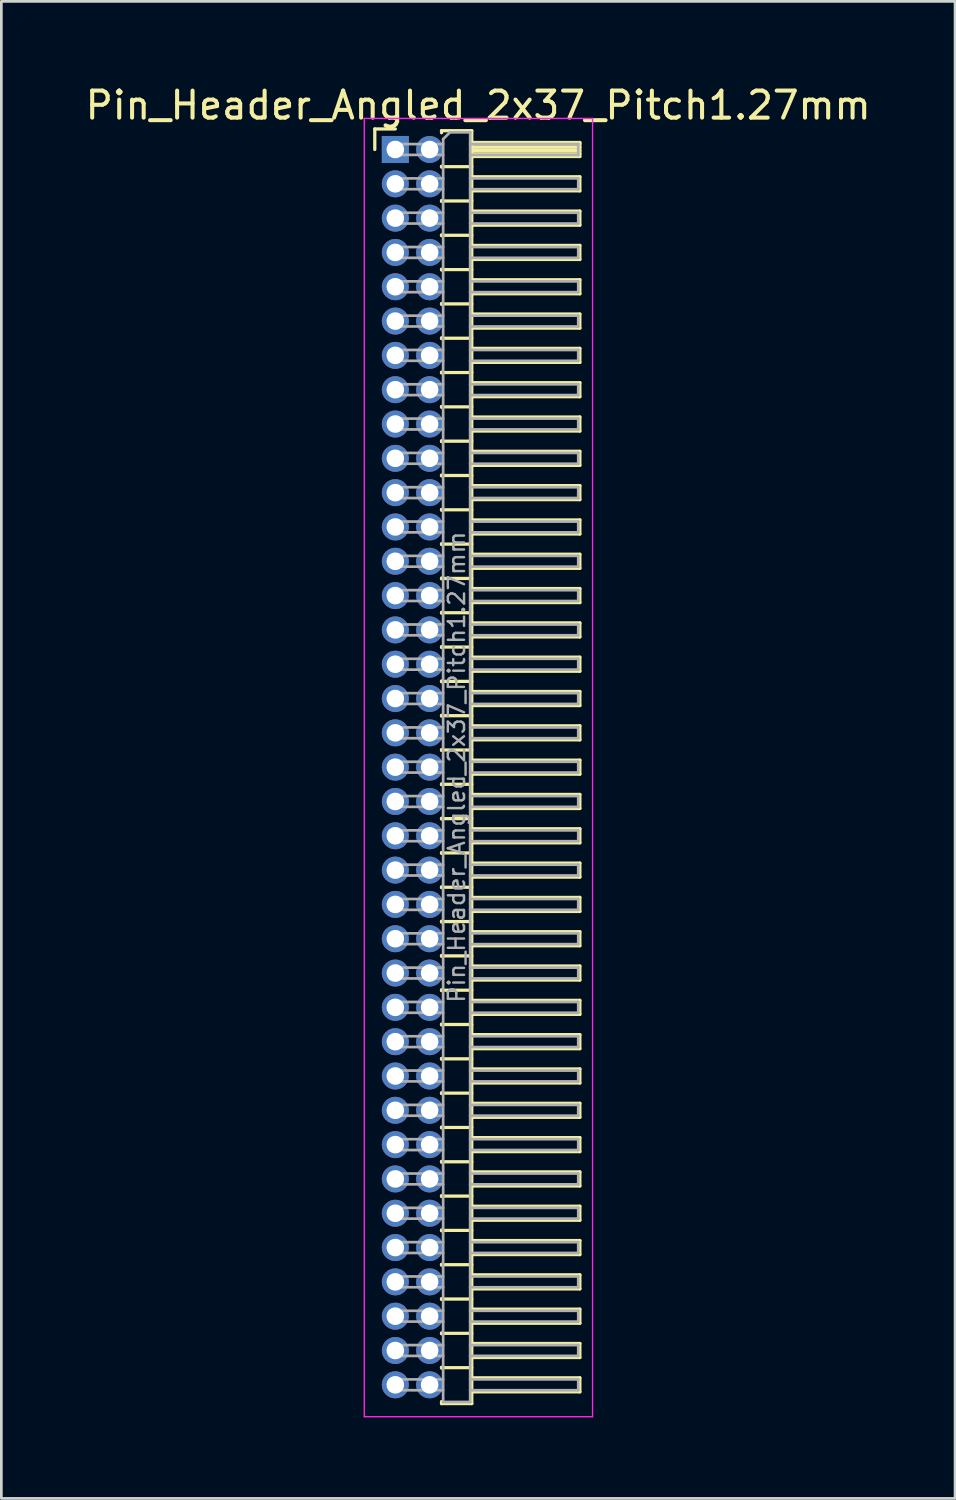
<source format=kicad_pcb>
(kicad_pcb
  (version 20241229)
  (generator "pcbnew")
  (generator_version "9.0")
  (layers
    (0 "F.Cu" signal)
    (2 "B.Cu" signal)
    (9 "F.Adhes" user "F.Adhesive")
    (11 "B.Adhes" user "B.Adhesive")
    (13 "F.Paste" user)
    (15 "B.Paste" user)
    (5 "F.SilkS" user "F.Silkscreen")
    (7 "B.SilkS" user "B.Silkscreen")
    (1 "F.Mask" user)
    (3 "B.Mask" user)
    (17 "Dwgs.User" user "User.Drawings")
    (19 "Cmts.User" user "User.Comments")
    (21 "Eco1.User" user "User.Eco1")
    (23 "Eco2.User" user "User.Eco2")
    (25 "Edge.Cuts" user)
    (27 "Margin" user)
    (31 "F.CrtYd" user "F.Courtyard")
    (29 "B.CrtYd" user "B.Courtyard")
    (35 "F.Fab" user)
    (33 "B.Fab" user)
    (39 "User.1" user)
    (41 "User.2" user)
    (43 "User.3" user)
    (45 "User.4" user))
  (footprint "Pin_Header_Angled_2x37_Pitch1.27mm"
    (layer "F.Cu")
    (at 11.581 2.483)
    (property "Reference" "Pin_Header_Angled_2x37_Pitch1.27mm" (at 3.067 -1.635 0) (layer "F.SilkS") (effects (font (size 1 1) (thickness 0.15))))
    (attr through_hole)
    (fp_line (start -0.76 -0.76) (end 0 -0.76) (stroke (width 0.12) (type solid)) (layer "F.SilkS"))
    (fp_line (start -0.76 0) (end -0.76 -0.76) (stroke (width 0.12) (type solid)) (layer "F.SilkS"))
    (fp_line (start 1.71 -0.695) (end 2.83 -0.695) (stroke (width 0.12) (type solid)) (layer "F.SilkS"))
    (fp_line (start 1.71 -0.62) (end 1.71 -0.695) (stroke (width 0.12) (type solid)) (layer "F.SilkS"))
    (fp_line (start 1.71 0.62) (end 1.71 0.65) (stroke (width 0.12) (type solid)) (layer "F.SilkS"))
    (fp_line (start 1.71 0.635) (end 2.83 0.635) (stroke (width 0.12) (type solid)) (layer "F.SilkS"))
    (fp_line (start 1.71 1.89) (end 1.71 1.92) (stroke (width 0.12) (type solid)) (layer "F.SilkS"))
    (fp_line (start 1.71 1.905) (end 2.83 1.905) (stroke (width 0.12) (type solid)) (layer "F.SilkS"))
    (fp_line (start 1.71 3.16) (end 1.71 3.19) (stroke (width 0.12) (type solid)) (layer "F.SilkS"))
    (fp_line (start 1.71 3.175) (end 2.83 3.175) (stroke (width 0.12) (type solid)) (layer "F.SilkS"))
    (fp_line (start 1.71 4.43) (end 1.71 4.46) (stroke (width 0.12) (type solid)) (layer "F.SilkS"))
    (fp_line (start 1.71 4.445) (end 2.83 4.445) (stroke (width 0.12) (type solid)) (layer "F.SilkS"))
    (fp_line (start 1.71 5.7) (end 1.71 5.73) (stroke (width 0.12) (type solid)) (layer "F.SilkS"))
    (fp_line (start 1.71 5.715) (end 2.83 5.715) (stroke (width 0.12) (type solid)) (layer "F.SilkS"))
    (fp_line (start 1.71 6.97) (end 1.71 7) (stroke (width 0.12) (type solid)) (layer "F.SilkS"))
    (fp_line (start 1.71 6.985) (end 2.83 6.985) (stroke (width 0.12) (type solid)) (layer "F.SilkS"))
    (fp_line (start 1.71 8.24) (end 1.71 8.27) (stroke (width 0.12) (type solid)) (layer "F.SilkS"))
    (fp_line (start 1.71 8.255) (end 2.83 8.255) (stroke (width 0.12) (type solid)) (layer "F.SilkS"))
    (fp_line (start 1.71 9.51) (end 1.71 9.54) (stroke (width 0.12) (type solid)) (layer "F.SilkS"))
    (fp_line (start 1.71 9.525) (end 2.83 9.525) (stroke (width 0.12) (type solid)) (layer "F.SilkS"))
    (fp_line (start 1.71 10.78) (end 1.71 10.81) (stroke (width 0.12) (type solid)) (layer "F.SilkS"))
    (fp_line (start 1.71 10.795) (end 2.83 10.795) (stroke (width 0.12) (type solid)) (layer "F.SilkS"))
    (fp_line (start 1.71 12.05) (end 1.71 12.08) (stroke (width 0.12) (type solid)) (layer "F.SilkS"))
    (fp_line (start 1.71 12.065) (end 2.83 12.065) (stroke (width 0.12) (type solid)) (layer "F.SilkS"))
    (fp_line (start 1.71 13.32) (end 1.71 13.35) (stroke (width 0.12) (type solid)) (layer "F.SilkS"))
    (fp_line (start 1.71 13.335) (end 2.83 13.335) (stroke (width 0.12) (type solid)) (layer "F.SilkS"))
    (fp_line (start 1.71 14.59) (end 1.71 14.62) (stroke (width 0.12) (type solid)) (layer "F.SilkS"))
    (fp_line (start 1.71 14.605) (end 2.83 14.605) (stroke (width 0.12) (type solid)) (layer "F.SilkS"))
    (fp_line (start 1.71 15.86) (end 1.71 15.89) (stroke (width 0.12) (type solid)) (layer "F.SilkS"))
    (fp_line (start 1.71 15.875) (end 2.83 15.875) (stroke (width 0.12) (type solid)) (layer "F.SilkS"))
    (fp_line (start 1.71 17.13) (end 1.71 17.16) (stroke (width 0.12) (type solid)) (layer "F.SilkS"))
    (fp_line (start 1.71 17.145) (end 2.83 17.145) (stroke (width 0.12) (type solid)) (layer "F.SilkS"))
    (fp_line (start 1.71 18.4) (end 1.71 18.43) (stroke (width 0.12) (type solid)) (layer "F.SilkS"))
    (fp_line (start 1.71 18.415) (end 2.83 18.415) (stroke (width 0.12) (type solid)) (layer "F.SilkS"))
    (fp_line (start 1.71 19.67) (end 1.71 19.7) (stroke (width 0.12) (type solid)) (layer "F.SilkS"))
    (fp_line (start 1.71 19.685) (end 2.83 19.685) (stroke (width 0.12) (type solid)) (layer "F.SilkS"))
    (fp_line (start 1.71 20.94) (end 1.71 20.97) (stroke (width 0.12) (type solid)) (layer "F.SilkS"))
    (fp_line (start 1.71 20.955) (end 2.83 20.955) (stroke (width 0.12) (type solid)) (layer "F.SilkS"))
    (fp_line (start 1.71 22.21) (end 1.71 22.24) (stroke (width 0.12) (type solid)) (layer "F.SilkS"))
    (fp_line (start 1.71 22.225) (end 2.83 22.225) (stroke (width 0.12) (type solid)) (layer "F.SilkS"))
    (fp_line (start 1.71 23.48) (end 1.71 23.51) (stroke (width 0.12) (type solid)) (layer "F.SilkS"))
    (fp_line (start 1.71 23.495) (end 2.83 23.495) (stroke (width 0.12) (type solid)) (layer "F.SilkS"))
    (fp_line (start 1.71 24.75) (end 1.71 24.78) (stroke (width 0.12) (type solid)) (layer "F.SilkS"))
    (fp_line (start 1.71 24.765) (end 2.83 24.765) (stroke (width 0.12) (type solid)) (layer "F.SilkS"))
    (fp_line (start 1.71 26.02) (end 1.71 26.05) (stroke (width 0.12) (type solid)) (layer "F.SilkS"))
    (fp_line (start 1.71 26.035) (end 2.83 26.035) (stroke (width 0.12) (type solid)) (layer "F.SilkS"))
    (fp_line (start 1.71 27.29) (end 1.71 27.32) (stroke (width 0.12) (type solid)) (layer "F.SilkS"))
    (fp_line (start 1.71 27.305) (end 2.83 27.305) (stroke (width 0.12) (type solid)) (layer "F.SilkS"))
    (fp_line (start 1.71 28.56) (end 1.71 28.59) (stroke (width 0.12) (type solid)) (layer "F.SilkS"))
    (fp_line (start 1.71 28.575) (end 2.83 28.575) (stroke (width 0.12) (type solid)) (layer "F.SilkS"))
    (fp_line (start 1.71 29.83) (end 1.71 29.86) (stroke (width 0.12) (type solid)) (layer "F.SilkS"))
    (fp_line (start 1.71 29.845) (end 2.83 29.845) (stroke (width 0.12) (type solid)) (layer "F.SilkS"))
    (fp_line (start 1.71 31.1) (end 1.71 31.13) (stroke (width 0.12) (type solid)) (layer "F.SilkS"))
    (fp_line (start 1.71 31.115) (end 2.83 31.115) (stroke (width 0.12) (type solid)) (layer "F.SilkS"))
    (fp_line (start 1.71 32.37) (end 1.71 32.4) (stroke (width 0.12) (type solid)) (layer "F.SilkS"))
    (fp_line (start 1.71 32.385) (end 2.83 32.385) (stroke (width 0.12) (type solid)) (layer "F.SilkS"))
    (fp_line (start 1.71 33.64) (end 1.71 33.67) (stroke (width 0.12) (type solid)) (layer "F.SilkS"))
    (fp_line (start 1.71 33.655) (end 2.83 33.655) (stroke (width 0.12) (type solid)) (layer "F.SilkS"))
    (fp_line (start 1.71 34.91) (end 1.71 34.94) (stroke (width 0.12) (type solid)) (layer "F.SilkS"))
    (fp_line (start 1.71 34.925) (end 2.83 34.925) (stroke (width 0.12) (type solid)) (layer "F.SilkS"))
    (fp_line (start 1.71 36.18) (end 1.71 36.21) (stroke (width 0.12) (type solid)) (layer "F.SilkS"))
    (fp_line (start 1.71 36.195) (end 2.83 36.195) (stroke (width 0.12) (type solid)) (layer "F.SilkS"))
    (fp_line (start 1.71 37.45) (end 1.71 37.48) (stroke (width 0.12) (type solid)) (layer "F.SilkS"))
    (fp_line (start 1.71 37.465) (end 2.83 37.465) (stroke (width 0.12) (type solid)) (layer "F.SilkS"))
    (fp_line (start 1.71 38.72) (end 1.71 38.75) (stroke (width 0.12) (type solid)) (layer "F.SilkS"))
    (fp_line (start 1.71 38.735) (end 2.83 38.735) (stroke (width 0.12) (type solid)) (layer "F.SilkS"))
    (fp_line (start 1.71 39.99) (end 1.71 40.02) (stroke (width 0.12) (type solid)) (layer "F.SilkS"))
    (fp_line (start 1.71 40.005) (end 2.83 40.005) (stroke (width 0.12) (type solid)) (layer "F.SilkS"))
    (fp_line (start 1.71 41.26) (end 1.71 41.29) (stroke (width 0.12) (type solid)) (layer "F.SilkS"))
    (fp_line (start 1.71 41.275) (end 2.83 41.275) (stroke (width 0.12) (type solid)) (layer "F.SilkS"))
    (fp_line (start 1.71 42.53) (end 1.71 42.56) (stroke (width 0.12) (type solid)) (layer "F.SilkS"))
    (fp_line (start 1.71 42.545) (end 2.83 42.545) (stroke (width 0.12) (type solid)) (layer "F.SilkS"))
    (fp_line (start 1.71 43.8) (end 1.71 43.83) (stroke (width 0.12) (type solid)) (layer "F.SilkS"))
    (fp_line (start 1.71 43.815) (end 2.83 43.815) (stroke (width 0.12) (type solid)) (layer "F.SilkS"))
    (fp_line (start 1.71 45.07) (end 1.71 45.1) (stroke (width 0.12) (type solid)) (layer "F.SilkS"))
    (fp_line (start 1.71 45.085) (end 2.83 45.085) (stroke (width 0.12) (type solid)) (layer "F.SilkS"))
    (fp_line (start 1.71 46.415) (end 1.71 46.34) (stroke (width 0.12) (type solid)) (layer "F.SilkS"))
    (fp_line (start 2.83 -0.695) (end 2.83 46.415) (stroke (width 0.12) (type solid)) (layer "F.SilkS"))
    (fp_line (start 2.83 -0.26) (end 6.83 -0.26) (stroke (width 0.12) (type solid)) (layer "F.SilkS"))
    (fp_line (start 2.83 -0.2) (end 6.83 -0.2) (stroke (width 0.12) (type solid)) (layer "F.SilkS"))
    (fp_line (start 2.83 -0.08) (end 6.83 -0.08) (stroke (width 0.12) (type solid)) (layer "F.SilkS"))
    (fp_line (start 2.83 0.04) (end 6.83 0.04) (stroke (width 0.12) (type solid)) (layer "F.SilkS"))
    (fp_line (start 2.83 0.16) (end 6.83 0.16) (stroke (width 0.12) (type solid)) (layer "F.SilkS"))
    (fp_line (start 2.83 1.01) (end 6.83 1.01) (stroke (width 0.12) (type solid)) (layer "F.SilkS"))
    (fp_line (start 2.83 2.28) (end 6.83 2.28) (stroke (width 0.12) (type solid)) (layer "F.SilkS"))
    (fp_line (start 2.83 3.55) (end 6.83 3.55) (stroke (width 0.12) (type solid)) (layer "F.SilkS"))
    (fp_line (start 2.83 4.82) (end 6.83 4.82) (stroke (width 0.12) (type solid)) (layer "F.SilkS"))
    (fp_line (start 2.83 6.09) (end 6.83 6.09) (stroke (width 0.12) (type solid)) (layer "F.SilkS"))
    (fp_line (start 2.83 7.36) (end 6.83 7.36) (stroke (width 0.12) (type solid)) (layer "F.SilkS"))
    (fp_line (start 2.83 8.63) (end 6.83 8.63) (stroke (width 0.12) (type solid)) (layer "F.SilkS"))
    (fp_line (start 2.83 9.9) (end 6.83 9.9) (stroke (width 0.12) (type solid)) (layer "F.SilkS"))
    (fp_line (start 2.83 11.17) (end 6.83 11.17) (stroke (width 0.12) (type solid)) (layer "F.SilkS"))
    (fp_line (start 2.83 12.44) (end 6.83 12.44) (stroke (width 0.12) (type solid)) (layer "F.SilkS"))
    (fp_line (start 2.83 13.71) (end 6.83 13.71) (stroke (width 0.12) (type solid)) (layer "F.SilkS"))
    (fp_line (start 2.83 14.98) (end 6.83 14.98) (stroke (width 0.12) (type solid)) (layer "F.SilkS"))
    (fp_line (start 2.83 16.25) (end 6.83 16.25) (stroke (width 0.12) (type solid)) (layer "F.SilkS"))
    (fp_line (start 2.83 17.52) (end 6.83 17.52) (stroke (width 0.12) (type solid)) (layer "F.SilkS"))
    (fp_line (start 2.83 18.79) (end 6.83 18.79) (stroke (width 0.12) (type solid)) (layer "F.SilkS"))
    (fp_line (start 2.83 20.06) (end 6.83 20.06) (stroke (width 0.12) (type solid)) (layer "F.SilkS"))
    (fp_line (start 2.83 21.33) (end 6.83 21.33) (stroke (width 0.12) (type solid)) (layer "F.SilkS"))
    (fp_line (start 2.83 22.6) (end 6.83 22.6) (stroke (width 0.12) (type solid)) (layer "F.SilkS"))
    (fp_line (start 2.83 23.87) (end 6.83 23.87) (stroke (width 0.12) (type solid)) (layer "F.SilkS"))
    (fp_line (start 2.83 25.14) (end 6.83 25.14) (stroke (width 0.12) (type solid)) (layer "F.SilkS"))
    (fp_line (start 2.83 26.41) (end 6.83 26.41) (stroke (width 0.12) (type solid)) (layer "F.SilkS"))
    (fp_line (start 2.83 27.68) (end 6.83 27.68) (stroke (width 0.12) (type solid)) (layer "F.SilkS"))
    (fp_line (start 2.83 28.95) (end 6.83 28.95) (stroke (width 0.12) (type solid)) (layer "F.SilkS"))
    (fp_line (start 2.83 30.22) (end 6.83 30.22) (stroke (width 0.12) (type solid)) (layer "F.SilkS"))
    (fp_line (start 2.83 31.49) (end 6.83 31.49) (stroke (width 0.12) (type solid)) (layer "F.SilkS"))
    (fp_line (start 2.83 32.76) (end 6.83 32.76) (stroke (width 0.12) (type solid)) (layer "F.SilkS"))
    (fp_line (start 2.83 34.03) (end 6.83 34.03) (stroke (width 0.12) (type solid)) (layer "F.SilkS"))
    (fp_line (start 2.83 35.3) (end 6.83 35.3) (stroke (width 0.12) (type solid)) (layer "F.SilkS"))
    (fp_line (start 2.83 36.57) (end 6.83 36.57) (stroke (width 0.12) (type solid)) (layer "F.SilkS"))
    (fp_line (start 2.83 37.84) (end 6.83 37.84) (stroke (width 0.12) (type solid)) (layer "F.SilkS"))
    (fp_line (start 2.83 39.11) (end 6.83 39.11) (stroke (width 0.12) (type solid)) (layer "F.SilkS"))
    (fp_line (start 2.83 40.38) (end 6.83 40.38) (stroke (width 0.12) (type solid)) (layer "F.SilkS"))
    (fp_line (start 2.83 41.65) (end 6.83 41.65) (stroke (width 0.12) (type solid)) (layer "F.SilkS"))
    (fp_line (start 2.83 42.92) (end 6.83 42.92) (stroke (width 0.12) (type solid)) (layer "F.SilkS"))
    (fp_line (start 2.83 44.19) (end 6.83 44.19) (stroke (width 0.12) (type solid)) (layer "F.SilkS"))
    (fp_line (start 2.83 45.46) (end 6.83 45.46) (stroke (width 0.12) (type solid)) (layer "F.SilkS"))
    (fp_line (start 2.83 46.415) (end 1.71 46.415) (stroke (width 0.12) (type solid)) (layer "F.SilkS"))
    (fp_line (start 6.83 -0.26) (end 6.83 0.26) (stroke (width 0.12) (type solid)) (layer "F.SilkS"))
    (fp_line (start 6.83 0.26) (end 2.83 0.26) (stroke (width 0.12) (type solid)) (layer "F.SilkS"))
    (fp_line (start 6.83 1.01) (end 6.83 1.53) (stroke (width 0.12) (type solid)) (layer "F.SilkS"))
    (fp_line (start 6.83 1.53) (end 2.83 1.53) (stroke (width 0.12) (type solid)) (layer "F.SilkS"))
    (fp_line (start 6.83 2.28) (end 6.83 2.8) (stroke (width 0.12) (type solid)) (layer "F.SilkS"))
    (fp_line (start 6.83 2.8) (end 2.83 2.8) (stroke (width 0.12) (type solid)) (layer "F.SilkS"))
    (fp_line (start 6.83 3.55) (end 6.83 4.07) (stroke (width 0.12) (type solid)) (layer "F.SilkS"))
    (fp_line (start 6.83 4.07) (end 2.83 4.07) (stroke (width 0.12) (type solid)) (layer "F.SilkS"))
    (fp_line (start 6.83 4.82) (end 6.83 5.34) (stroke (width 0.12) (type solid)) (layer "F.SilkS"))
    (fp_line (start 6.83 5.34) (end 2.83 5.34) (stroke (width 0.12) (type solid)) (layer "F.SilkS"))
    (fp_line (start 6.83 6.09) (end 6.83 6.61) (stroke (width 0.12) (type solid)) (layer "F.SilkS"))
    (fp_line (start 6.83 6.61) (end 2.83 6.61) (stroke (width 0.12) (type solid)) (layer "F.SilkS"))
    (fp_line (start 6.83 7.36) (end 6.83 7.88) (stroke (width 0.12) (type solid)) (layer "F.SilkS"))
    (fp_line (start 6.83 7.88) (end 2.83 7.88) (stroke (width 0.12) (type solid)) (layer "F.SilkS"))
    (fp_line (start 6.83 8.63) (end 6.83 9.15) (stroke (width 0.12) (type solid)) (layer "F.SilkS"))
    (fp_line (start 6.83 9.15) (end 2.83 9.15) (stroke (width 0.12) (type solid)) (layer "F.SilkS"))
    (fp_line (start 6.83 9.9) (end 6.83 10.42) (stroke (width 0.12) (type solid)) (layer "F.SilkS"))
    (fp_line (start 6.83 10.42) (end 2.83 10.42) (stroke (width 0.12) (type solid)) (layer "F.SilkS"))
    (fp_line (start 6.83 11.17) (end 6.83 11.69) (stroke (width 0.12) (type solid)) (layer "F.SilkS"))
    (fp_line (start 6.83 11.69) (end 2.83 11.69) (stroke (width 0.12) (type solid)) (layer "F.SilkS"))
    (fp_line (start 6.83 12.44) (end 6.83 12.96) (stroke (width 0.12) (type solid)) (layer "F.SilkS"))
    (fp_line (start 6.83 12.96) (end 2.83 12.96) (stroke (width 0.12) (type solid)) (layer "F.SilkS"))
    (fp_line (start 6.83 13.71) (end 6.83 14.23) (stroke (width 0.12) (type solid)) (layer "F.SilkS"))
    (fp_line (start 6.83 14.23) (end 2.83 14.23) (stroke (width 0.12) (type solid)) (layer "F.SilkS"))
    (fp_line (start 6.83 14.98) (end 6.83 15.5) (stroke (width 0.12) (type solid)) (layer "F.SilkS"))
    (fp_line (start 6.83 15.5) (end 2.83 15.5) (stroke (width 0.12) (type solid)) (layer "F.SilkS"))
    (fp_line (start 6.83 16.25) (end 6.83 16.77) (stroke (width 0.12) (type solid)) (layer "F.SilkS"))
    (fp_line (start 6.83 16.77) (end 2.83 16.77) (stroke (width 0.12) (type solid)) (layer "F.SilkS"))
    (fp_line (start 6.83 17.52) (end 6.83 18.04) (stroke (width 0.12) (type solid)) (layer "F.SilkS"))
    (fp_line (start 6.83 18.04) (end 2.83 18.04) (stroke (width 0.12) (type solid)) (layer "F.SilkS"))
    (fp_line (start 6.83 18.79) (end 6.83 19.31) (stroke (width 0.12) (type solid)) (layer "F.SilkS"))
    (fp_line (start 6.83 19.31) (end 2.83 19.31) (stroke (width 0.12) (type solid)) (layer "F.SilkS"))
    (fp_line (start 6.83 20.06) (end 6.83 20.58) (stroke (width 0.12) (type solid)) (layer "F.SilkS"))
    (fp_line (start 6.83 20.58) (end 2.83 20.58) (stroke (width 0.12) (type solid)) (layer "F.SilkS"))
    (fp_line (start 6.83 21.33) (end 6.83 21.85) (stroke (width 0.12) (type solid)) (layer "F.SilkS"))
    (fp_line (start 6.83 21.85) (end 2.83 21.85) (stroke (width 0.12) (type solid)) (layer "F.SilkS"))
    (fp_line (start 6.83 22.6) (end 6.83 23.12) (stroke (width 0.12) (type solid)) (layer "F.SilkS"))
    (fp_line (start 6.83 23.12) (end 2.83 23.12) (stroke (width 0.12) (type solid)) (layer "F.SilkS"))
    (fp_line (start 6.83 23.87) (end 6.83 24.39) (stroke (width 0.12) (type solid)) (layer "F.SilkS"))
    (fp_line (start 6.83 24.39) (end 2.83 24.39) (stroke (width 0.12) (type solid)) (layer "F.SilkS"))
    (fp_line (start 6.83 25.14) (end 6.83 25.66) (stroke (width 0.12) (type solid)) (layer "F.SilkS"))
    (fp_line (start 6.83 25.66) (end 2.83 25.66) (stroke (width 0.12) (type solid)) (layer "F.SilkS"))
    (fp_line (start 6.83 26.41) (end 6.83 26.93) (stroke (width 0.12) (type solid)) (layer "F.SilkS"))
    (fp_line (start 6.83 26.93) (end 2.83 26.93) (stroke (width 0.12) (type solid)) (layer "F.SilkS"))
    (fp_line (start 6.83 27.68) (end 6.83 28.2) (stroke (width 0.12) (type solid)) (layer "F.SilkS"))
    (fp_line (start 6.83 28.2) (end 2.83 28.2) (stroke (width 0.12) (type solid)) (layer "F.SilkS"))
    (fp_line (start 6.83 28.95) (end 6.83 29.47) (stroke (width 0.12) (type solid)) (layer "F.SilkS"))
    (fp_line (start 6.83 29.47) (end 2.83 29.47) (stroke (width 0.12) (type solid)) (layer "F.SilkS"))
    (fp_line (start 6.83 30.22) (end 6.83 30.74) (stroke (width 0.12) (type solid)) (layer "F.SilkS"))
    (fp_line (start 6.83 30.74) (end 2.83 30.74) (stroke (width 0.12) (type solid)) (layer "F.SilkS"))
    (fp_line (start 6.83 31.49) (end 6.83 32.01) (stroke (width 0.12) (type solid)) (layer "F.SilkS"))
    (fp_line (start 6.83 32.01) (end 2.83 32.01) (stroke (width 0.12) (type solid)) (layer "F.SilkS"))
    (fp_line (start 6.83 32.76) (end 6.83 33.28) (stroke (width 0.12) (type solid)) (layer "F.SilkS"))
    (fp_line (start 6.83 33.28) (end 2.83 33.28) (stroke (width 0.12) (type solid)) (layer "F.SilkS"))
    (fp_line (start 6.83 34.03) (end 6.83 34.55) (stroke (width 0.12) (type solid)) (layer "F.SilkS"))
    (fp_line (start 6.83 34.55) (end 2.83 34.55) (stroke (width 0.12) (type solid)) (layer "F.SilkS"))
    (fp_line (start 6.83 35.3) (end 6.83 35.82) (stroke (width 0.12) (type solid)) (layer "F.SilkS"))
    (fp_line (start 6.83 35.82) (end 2.83 35.82) (stroke (width 0.12) (type solid)) (layer "F.SilkS"))
    (fp_line (start 6.83 36.57) (end 6.83 37.09) (stroke (width 0.12) (type solid)) (layer "F.SilkS"))
    (fp_line (start 6.83 37.09) (end 2.83 37.09) (stroke (width 0.12) (type solid)) (layer "F.SilkS"))
    (fp_line (start 6.83 37.84) (end 6.83 38.36) (stroke (width 0.12) (type solid)) (layer "F.SilkS"))
    (fp_line (start 6.83 38.36) (end 2.83 38.36) (stroke (width 0.12) (type solid)) (layer "F.SilkS"))
    (fp_line (start 6.83 39.11) (end 6.83 39.63) (stroke (width 0.12) (type solid)) (layer "F.SilkS"))
    (fp_line (start 6.83 39.63) (end 2.83 39.63) (stroke (width 0.12) (type solid)) (layer "F.SilkS"))
    (fp_line (start 6.83 40.38) (end 6.83 40.9) (stroke (width 0.12) (type solid)) (layer "F.SilkS"))
    (fp_line (start 6.83 40.9) (end 2.83 40.9) (stroke (width 0.12) (type solid)) (layer "F.SilkS"))
    (fp_line (start 6.83 41.65) (end 6.83 42.17) (stroke (width 0.12) (type solid)) (layer "F.SilkS"))
    (fp_line (start 6.83 42.17) (end 2.83 42.17) (stroke (width 0.12) (type solid)) (layer "F.SilkS"))
    (fp_line (start 6.83 42.92) (end 6.83 43.44) (stroke (width 0.12) (type solid)) (layer "F.SilkS"))
    (fp_line (start 6.83 43.44) (end 2.83 43.44) (stroke (width 0.12) (type solid)) (layer "F.SilkS"))
    (fp_line (start 6.83 44.19) (end 6.83 44.71) (stroke (width 0.12) (type solid)) (layer "F.SilkS"))
    (fp_line (start 6.83 44.71) (end 2.83 44.71) (stroke (width 0.12) (type solid)) (layer "F.SilkS"))
    (fp_line (start 6.83 45.46) (end 6.83 45.98) (stroke (width 0.12) (type solid)) (layer "F.SilkS"))
    (fp_line (start 6.83 45.98) (end 2.83 45.98) (stroke (width 0.12) (type solid)) (layer "F.SilkS"))
    (fp_line (start -1.15 -1.15) (end -1.15 46.9) (stroke (width 0.05) (type solid)) (layer "F.CrtYd"))
    (fp_line (start -1.15 46.9) (end 7.3 46.9) (stroke (width 0.05) (type solid)) (layer "F.CrtYd"))
    (fp_line (start 7.3 -1.15) (end -1.15 -1.15) (stroke (width 0.05) (type solid)) (layer "F.CrtYd"))
    (fp_line (start 7.3 46.9) (end 7.3 -1.15) (stroke (width 0.05) (type solid)) (layer "F.CrtYd"))
    (fp_line (start -0.2 -0.2) (end -0.2 0.2) (stroke (width 0.1) (type solid)) (layer "F.Fab"))
    (fp_line (start -0.2 -0.2) (end 1.77 -0.2) (stroke (width 0.1) (type solid)) (layer "F.Fab"))
    (fp_line (start -0.2 0.2) (end 1.77 0.2) (stroke (width 0.1) (type solid)) (layer "F.Fab"))
    (fp_line (start -0.2 1.07) (end -0.2 1.47) (stroke (width 0.1) (type solid)) (layer "F.Fab"))
    (fp_line (start -0.2 1.07) (end 1.77 1.07) (stroke (width 0.1) (type solid)) (layer "F.Fab"))
    (fp_line (start -0.2 1.47) (end 1.77 1.47) (stroke (width 0.1) (type solid)) (layer "F.Fab"))
    (fp_line (start -0.2 2.34) (end -0.2 2.74) (stroke (width 0.1) (type solid)) (layer "F.Fab"))
    (fp_line (start -0.2 2.34) (end 1.77 2.34) (stroke (width 0.1) (type solid)) (layer "F.Fab"))
    (fp_line (start -0.2 2.74) (end 1.77 2.74) (stroke (width 0.1) (type solid)) (layer "F.Fab"))
    (fp_line (start -0.2 3.61) (end -0.2 4.01) (stroke (width 0.1) (type solid)) (layer "F.Fab"))
    (fp_line (start -0.2 3.61) (end 1.77 3.61) (stroke (width 0.1) (type solid)) (layer "F.Fab"))
    (fp_line (start -0.2 4.01) (end 1.77 4.01) (stroke (width 0.1) (type solid)) (layer "F.Fab"))
    (fp_line (start -0.2 4.88) (end -0.2 5.28) (stroke (width 0.1) (type solid)) (layer "F.Fab"))
    (fp_line (start -0.2 4.88) (end 1.77 4.88) (stroke (width 0.1) (type solid)) (layer "F.Fab"))
    (fp_line (start -0.2 5.28) (end 1.77 5.28) (stroke (width 0.1) (type solid)) (layer "F.Fab"))
    (fp_line (start -0.2 6.15) (end -0.2 6.55) (stroke (width 0.1) (type solid)) (layer "F.Fab"))
    (fp_line (start -0.2 6.15) (end 1.77 6.15) (stroke (width 0.1) (type solid)) (layer "F.Fab"))
    (fp_line (start -0.2 6.55) (end 1.77 6.55) (stroke (width 0.1) (type solid)) (layer "F.Fab"))
    (fp_line (start -0.2 7.42) (end -0.2 7.82) (stroke (width 0.1) (type solid)) (layer "F.Fab"))
    (fp_line (start -0.2 7.42) (end 1.77 7.42) (stroke (width 0.1) (type solid)) (layer "F.Fab"))
    (fp_line (start -0.2 7.82) (end 1.77 7.82) (stroke (width 0.1) (type solid)) (layer "F.Fab"))
    (fp_line (start -0.2 8.69) (end -0.2 9.09) (stroke (width 0.1) (type solid)) (layer "F.Fab"))
    (fp_line (start -0.2 8.69) (end 1.77 8.69) (stroke (width 0.1) (type solid)) (layer "F.Fab"))
    (fp_line (start -0.2 9.09) (end 1.77 9.09) (stroke (width 0.1) (type solid)) (layer "F.Fab"))
    (fp_line (start -0.2 9.96) (end -0.2 10.36) (stroke (width 0.1) (type solid)) (layer "F.Fab"))
    (fp_line (start -0.2 9.96) (end 1.77 9.96) (stroke (width 0.1) (type solid)) (layer "F.Fab"))
    (fp_line (start -0.2 10.36) (end 1.77 10.36) (stroke (width 0.1) (type solid)) (layer "F.Fab"))
    (fp_line (start -0.2 11.23) (end -0.2 11.63) (stroke (width 0.1) (type solid)) (layer "F.Fab"))
    (fp_line (start -0.2 11.23) (end 1.77 11.23) (stroke (width 0.1) (type solid)) (layer "F.Fab"))
    (fp_line (start -0.2 11.63) (end 1.77 11.63) (stroke (width 0.1) (type solid)) (layer "F.Fab"))
    (fp_line (start -0.2 12.5) (end -0.2 12.9) (stroke (width 0.1) (type solid)) (layer "F.Fab"))
    (fp_line (start -0.2 12.5) (end 1.77 12.5) (stroke (width 0.1) (type solid)) (layer "F.Fab"))
    (fp_line (start -0.2 12.9) (end 1.77 12.9) (stroke (width 0.1) (type solid)) (layer "F.Fab"))
    (fp_line (start -0.2 13.77) (end -0.2 14.17) (stroke (width 0.1) (type solid)) (layer "F.Fab"))
    (fp_line (start -0.2 13.77) (end 1.77 13.77) (stroke (width 0.1) (type solid)) (layer "F.Fab"))
    (fp_line (start -0.2 14.17) (end 1.77 14.17) (stroke (width 0.1) (type solid)) (layer "F.Fab"))
    (fp_line (start -0.2 15.04) (end -0.2 15.44) (stroke (width 0.1) (type solid)) (layer "F.Fab"))
    (fp_line (start -0.2 15.04) (end 1.77 15.04) (stroke (width 0.1) (type solid)) (layer "F.Fab"))
    (fp_line (start -0.2 15.44) (end 1.77 15.44) (stroke (width 0.1) (type solid)) (layer "F.Fab"))
    (fp_line (start -0.2 16.31) (end -0.2 16.71) (stroke (width 0.1) (type solid)) (layer "F.Fab"))
    (fp_line (start -0.2 16.31) (end 1.77 16.31) (stroke (width 0.1) (type solid)) (layer "F.Fab"))
    (fp_line (start -0.2 16.71) (end 1.77 16.71) (stroke (width 0.1) (type solid)) (layer "F.Fab"))
    (fp_line (start -0.2 17.58) (end -0.2 17.98) (stroke (width 0.1) (type solid)) (layer "F.Fab"))
    (fp_line (start -0.2 17.58) (end 1.77 17.58) (stroke (width 0.1) (type solid)) (layer "F.Fab"))
    (fp_line (start -0.2 17.98) (end 1.77 17.98) (stroke (width 0.1) (type solid)) (layer "F.Fab"))
    (fp_line (start -0.2 18.85) (end -0.2 19.25) (stroke (width 0.1) (type solid)) (layer "F.Fab"))
    (fp_line (start -0.2 18.85) (end 1.77 18.85) (stroke (width 0.1) (type solid)) (layer "F.Fab"))
    (fp_line (start -0.2 19.25) (end 1.77 19.25) (stroke (width 0.1) (type solid)) (layer "F.Fab"))
    (fp_line (start -0.2 20.12) (end -0.2 20.52) (stroke (width 0.1) (type solid)) (layer "F.Fab"))
    (fp_line (start -0.2 20.12) (end 1.77 20.12) (stroke (width 0.1) (type solid)) (layer "F.Fab"))
    (fp_line (start -0.2 20.52) (end 1.77 20.52) (stroke (width 0.1) (type solid)) (layer "F.Fab"))
    (fp_line (start -0.2 21.39) (end -0.2 21.79) (stroke (width 0.1) (type solid)) (layer "F.Fab"))
    (fp_line (start -0.2 21.39) (end 1.77 21.39) (stroke (width 0.1) (type solid)) (layer "F.Fab"))
    (fp_line (start -0.2 21.79) (end 1.77 21.79) (stroke (width 0.1) (type solid)) (layer "F.Fab"))
    (fp_line (start -0.2 22.66) (end -0.2 23.06) (stroke (width 0.1) (type solid)) (layer "F.Fab"))
    (fp_line (start -0.2 22.66) (end 1.77 22.66) (stroke (width 0.1) (type solid)) (layer "F.Fab"))
    (fp_line (start -0.2 23.06) (end 1.77 23.06) (stroke (width 0.1) (type solid)) (layer "F.Fab"))
    (fp_line (start -0.2 23.93) (end -0.2 24.33) (stroke (width 0.1) (type solid)) (layer "F.Fab"))
    (fp_line (start -0.2 23.93) (end 1.77 23.93) (stroke (width 0.1) (type solid)) (layer "F.Fab"))
    (fp_line (start -0.2 24.33) (end 1.77 24.33) (stroke (width 0.1) (type solid)) (layer "F.Fab"))
    (fp_line (start -0.2 25.2) (end -0.2 25.6) (stroke (width 0.1) (type solid)) (layer "F.Fab"))
    (fp_line (start -0.2 25.2) (end 1.77 25.2) (stroke (width 0.1) (type solid)) (layer "F.Fab"))
    (fp_line (start -0.2 25.6) (end 1.77 25.6) (stroke (width 0.1) (type solid)) (layer "F.Fab"))
    (fp_line (start -0.2 26.47) (end -0.2 26.87) (stroke (width 0.1) (type solid)) (layer "F.Fab"))
    (fp_line (start -0.2 26.47) (end 1.77 26.47) (stroke (width 0.1) (type solid)) (layer "F.Fab"))
    (fp_line (start -0.2 26.87) (end 1.77 26.87) (stroke (width 0.1) (type solid)) (layer "F.Fab"))
    (fp_line (start -0.2 27.74) (end -0.2 28.14) (stroke (width 0.1) (type solid)) (layer "F.Fab"))
    (fp_line (start -0.2 27.74) (end 1.77 27.74) (stroke (width 0.1) (type solid)) (layer "F.Fab"))
    (fp_line (start -0.2 28.14) (end 1.77 28.14) (stroke (width 0.1) (type solid)) (layer "F.Fab"))
    (fp_line (start -0.2 29.01) (end -0.2 29.41) (stroke (width 0.1) (type solid)) (layer "F.Fab"))
    (fp_line (start -0.2 29.01) (end 1.77 29.01) (stroke (width 0.1) (type solid)) (layer "F.Fab"))
    (fp_line (start -0.2 29.41) (end 1.77 29.41) (stroke (width 0.1) (type solid)) (layer "F.Fab"))
    (fp_line (start -0.2 30.28) (end -0.2 30.68) (stroke (width 0.1) (type solid)) (layer "F.Fab"))
    (fp_line (start -0.2 30.28) (end 1.77 30.28) (stroke (width 0.1) (type solid)) (layer "F.Fab"))
    (fp_line (start -0.2 30.68) (end 1.77 30.68) (stroke (width 0.1) (type solid)) (layer "F.Fab"))
    (fp_line (start -0.2 31.55) (end -0.2 31.95) (stroke (width 0.1) (type solid)) (layer "F.Fab"))
    (fp_line (start -0.2 31.55) (end 1.77 31.55) (stroke (width 0.1) (type solid)) (layer "F.Fab"))
    (fp_line (start -0.2 31.95) (end 1.77 31.95) (stroke (width 0.1) (type solid)) (layer "F.Fab"))
    (fp_line (start -0.2 32.82) (end -0.2 33.22) (stroke (width 0.1) (type solid)) (layer "F.Fab"))
    (fp_line (start -0.2 32.82) (end 1.77 32.82) (stroke (width 0.1) (type solid)) (layer "F.Fab"))
    (fp_line (start -0.2 33.22) (end 1.77 33.22) (stroke (width 0.1) (type solid)) (layer "F.Fab"))
    (fp_line (start -0.2 34.09) (end -0.2 34.49) (stroke (width 0.1) (type solid)) (layer "F.Fab"))
    (fp_line (start -0.2 34.09) (end 1.77 34.09) (stroke (width 0.1) (type solid)) (layer "F.Fab"))
    (fp_line (start -0.2 34.49) (end 1.77 34.49) (stroke (width 0.1) (type solid)) (layer "F.Fab"))
    (fp_line (start -0.2 35.36) (end -0.2 35.76) (stroke (width 0.1) (type solid)) (layer "F.Fab"))
    (fp_line (start -0.2 35.36) (end 1.77 35.36) (stroke (width 0.1) (type solid)) (layer "F.Fab"))
    (fp_line (start -0.2 35.76) (end 1.77 35.76) (stroke (width 0.1) (type solid)) (layer "F.Fab"))
    (fp_line (start -0.2 36.63) (end -0.2 37.03) (stroke (width 0.1) (type solid)) (layer "F.Fab"))
    (fp_line (start -0.2 36.63) (end 1.77 36.63) (stroke (width 0.1) (type solid)) (layer "F.Fab"))
    (fp_line (start -0.2 37.03) (end 1.77 37.03) (stroke (width 0.1) (type solid)) (layer "F.Fab"))
    (fp_line (start -0.2 37.9) (end -0.2 38.3) (stroke (width 0.1) (type solid)) (layer "F.Fab"))
    (fp_line (start -0.2 37.9) (end 1.77 37.9) (stroke (width 0.1) (type solid)) (layer "F.Fab"))
    (fp_line (start -0.2 38.3) (end 1.77 38.3) (stroke (width 0.1) (type solid)) (layer "F.Fab"))
    (fp_line (start -0.2 39.17) (end -0.2 39.57) (stroke (width 0.1) (type solid)) (layer "F.Fab"))
    (fp_line (start -0.2 39.17) (end 1.77 39.17) (stroke (width 0.1) (type solid)) (layer "F.Fab"))
    (fp_line (start -0.2 39.57) (end 1.77 39.57) (stroke (width 0.1) (type solid)) (layer "F.Fab"))
    (fp_line (start -0.2 40.44) (end -0.2 40.84) (stroke (width 0.1) (type solid)) (layer "F.Fab"))
    (fp_line (start -0.2 40.44) (end 1.77 40.44) (stroke (width 0.1) (type solid)) (layer "F.Fab"))
    (fp_line (start -0.2 40.84) (end 1.77 40.84) (stroke (width 0.1) (type solid)) (layer "F.Fab"))
    (fp_line (start -0.2 41.71) (end -0.2 42.11) (stroke (width 0.1) (type solid)) (layer "F.Fab"))
    (fp_line (start -0.2 41.71) (end 1.77 41.71) (stroke (width 0.1) (type solid)) (layer "F.Fab"))
    (fp_line (start -0.2 42.11) (end 1.77 42.11) (stroke (width 0.1) (type solid)) (layer "F.Fab"))
    (fp_line (start -0.2 42.98) (end -0.2 43.38) (stroke (width 0.1) (type solid)) (layer "F.Fab"))
    (fp_line (start -0.2 42.98) (end 1.77 42.98) (stroke (width 0.1) (type solid)) (layer "F.Fab"))
    (fp_line (start -0.2 43.38) (end 1.77 43.38) (stroke (width 0.1) (type solid)) (layer "F.Fab"))
    (fp_line (start -0.2 44.25) (end -0.2 44.65) (stroke (width 0.1) (type solid)) (layer "F.Fab"))
    (fp_line (start -0.2 44.25) (end 1.77 44.25) (stroke (width 0.1) (type solid)) (layer "F.Fab"))
    (fp_line (start -0.2 44.65) (end 1.77 44.65) (stroke (width 0.1) (type solid)) (layer "F.Fab"))
    (fp_line (start -0.2 45.52) (end -0.2 45.92) (stroke (width 0.1) (type solid)) (layer "F.Fab"))
    (fp_line (start -0.2 45.52) (end 1.77 45.52) (stroke (width 0.1) (type solid)) (layer "F.Fab"))
    (fp_line (start -0.2 45.92) (end 1.77 45.92) (stroke (width 0.1) (type solid)) (layer "F.Fab"))
    (fp_line (start 1.77 -0.385) (end 2.02 -0.635) (stroke (width 0.1) (type solid)) (layer "F.Fab"))
    (fp_line (start 1.77 46.355) (end 1.77 -0.385) (stroke (width 0.1) (type solid)) (layer "F.Fab"))
    (fp_line (start 2.02 -0.635) (end 2.77 -0.635) (stroke (width 0.1) (type solid)) (layer "F.Fab"))
    (fp_line (start 2.77 -0.635) (end 2.77 46.355) (stroke (width 0.1) (type solid)) (layer "F.Fab"))
    (fp_line (start 2.77 -0.2) (end 6.77 -0.2) (stroke (width 0.1) (type solid)) (layer "F.Fab"))
    (fp_line (start 2.77 0.2) (end 6.77 0.2) (stroke (width 0.1) (type solid)) (layer "F.Fab"))
    (fp_line (start 2.77 1.07) (end 6.77 1.07) (stroke (width 0.1) (type solid)) (layer "F.Fab"))
    (fp_line (start 2.77 1.47) (end 6.77 1.47) (stroke (width 0.1) (type solid)) (layer "F.Fab"))
    (fp_line (start 2.77 2.34) (end 6.77 2.34) (stroke (width 0.1) (type solid)) (layer "F.Fab"))
    (fp_line (start 2.77 2.74) (end 6.77 2.74) (stroke (width 0.1) (type solid)) (layer "F.Fab"))
    (fp_line (start 2.77 3.61) (end 6.77 3.61) (stroke (width 0.1) (type solid)) (layer "F.Fab"))
    (fp_line (start 2.77 4.01) (end 6.77 4.01) (stroke (width 0.1) (type solid)) (layer "F.Fab"))
    (fp_line (start 2.77 4.88) (end 6.77 4.88) (stroke (width 0.1) (type solid)) (layer "F.Fab"))
    (fp_line (start 2.77 5.28) (end 6.77 5.28) (stroke (width 0.1) (type solid)) (layer "F.Fab"))
    (fp_line (start 2.77 6.15) (end 6.77 6.15) (stroke (width 0.1) (type solid)) (layer "F.Fab"))
    (fp_line (start 2.77 6.55) (end 6.77 6.55) (stroke (width 0.1) (type solid)) (layer "F.Fab"))
    (fp_line (start 2.77 7.42) (end 6.77 7.42) (stroke (width 0.1) (type solid)) (layer "F.Fab"))
    (fp_line (start 2.77 7.82) (end 6.77 7.82) (stroke (width 0.1) (type solid)) (layer "F.Fab"))
    (fp_line (start 2.77 8.69) (end 6.77 8.69) (stroke (width 0.1) (type solid)) (layer "F.Fab"))
    (fp_line (start 2.77 9.09) (end 6.77 9.09) (stroke (width 0.1) (type solid)) (layer "F.Fab"))
    (fp_line (start 2.77 9.96) (end 6.77 9.96) (stroke (width 0.1) (type solid)) (layer "F.Fab"))
    (fp_line (start 2.77 10.36) (end 6.77 10.36) (stroke (width 0.1) (type solid)) (layer "F.Fab"))
    (fp_line (start 2.77 11.23) (end 6.77 11.23) (stroke (width 0.1) (type solid)) (layer "F.Fab"))
    (fp_line (start 2.77 11.63) (end 6.77 11.63) (stroke (width 0.1) (type solid)) (layer "F.Fab"))
    (fp_line (start 2.77 12.5) (end 6.77 12.5) (stroke (width 0.1) (type solid)) (layer "F.Fab"))
    (fp_line (start 2.77 12.9) (end 6.77 12.9) (stroke (width 0.1) (type solid)) (layer "F.Fab"))
    (fp_line (start 2.77 13.77) (end 6.77 13.77) (stroke (width 0.1) (type solid)) (layer "F.Fab"))
    (fp_line (start 2.77 14.17) (end 6.77 14.17) (stroke (width 0.1) (type solid)) (layer "F.Fab"))
    (fp_line (start 2.77 15.04) (end 6.77 15.04) (stroke (width 0.1) (type solid)) (layer "F.Fab"))
    (fp_line (start 2.77 15.44) (end 6.77 15.44) (stroke (width 0.1) (type solid)) (layer "F.Fab"))
    (fp_line (start 2.77 16.31) (end 6.77 16.31) (stroke (width 0.1) (type solid)) (layer "F.Fab"))
    (fp_line (start 2.77 16.71) (end 6.77 16.71) (stroke (width 0.1) (type solid)) (layer "F.Fab"))
    (fp_line (start 2.77 17.58) (end 6.77 17.58) (stroke (width 0.1) (type solid)) (layer "F.Fab"))
    (fp_line (start 2.77 17.98) (end 6.77 17.98) (stroke (width 0.1) (type solid)) (layer "F.Fab"))
    (fp_line (start 2.77 18.85) (end 6.77 18.85) (stroke (width 0.1) (type solid)) (layer "F.Fab"))
    (fp_line (start 2.77 19.25) (end 6.77 19.25) (stroke (width 0.1) (type solid)) (layer "F.Fab"))
    (fp_line (start 2.77 20.12) (end 6.77 20.12) (stroke (width 0.1) (type solid)) (layer "F.Fab"))
    (fp_line (start 2.77 20.52) (end 6.77 20.52) (stroke (width 0.1) (type solid)) (layer "F.Fab"))
    (fp_line (start 2.77 21.39) (end 6.77 21.39) (stroke (width 0.1) (type solid)) (layer "F.Fab"))
    (fp_line (start 2.77 21.79) (end 6.77 21.79) (stroke (width 0.1) (type solid)) (layer "F.Fab"))
    (fp_line (start 2.77 22.66) (end 6.77 22.66) (stroke (width 0.1) (type solid)) (layer "F.Fab"))
    (fp_line (start 2.77 23.06) (end 6.77 23.06) (stroke (width 0.1) (type solid)) (layer "F.Fab"))
    (fp_line (start 2.77 23.93) (end 6.77 23.93) (stroke (width 0.1) (type solid)) (layer "F.Fab"))
    (fp_line (start 2.77 24.33) (end 6.77 24.33) (stroke (width 0.1) (type solid)) (layer "F.Fab"))
    (fp_line (start 2.77 25.2) (end 6.77 25.2) (stroke (width 0.1) (type solid)) (layer "F.Fab"))
    (fp_line (start 2.77 25.6) (end 6.77 25.6) (stroke (width 0.1) (type solid)) (layer "F.Fab"))
    (fp_line (start 2.77 26.47) (end 6.77 26.47) (stroke (width 0.1) (type solid)) (layer "F.Fab"))
    (fp_line (start 2.77 26.87) (end 6.77 26.87) (stroke (width 0.1) (type solid)) (layer "F.Fab"))
    (fp_line (start 2.77 27.74) (end 6.77 27.74) (stroke (width 0.1) (type solid)) (layer "F.Fab"))
    (fp_line (start 2.77 28.14) (end 6.77 28.14) (stroke (width 0.1) (type solid)) (layer "F.Fab"))
    (fp_line (start 2.77 29.01) (end 6.77 29.01) (stroke (width 0.1) (type solid)) (layer "F.Fab"))
    (fp_line (start 2.77 29.41) (end 6.77 29.41) (stroke (width 0.1) (type solid)) (layer "F.Fab"))
    (fp_line (start 2.77 30.28) (end 6.77 30.28) (stroke (width 0.1) (type solid)) (layer "F.Fab"))
    (fp_line (start 2.77 30.68) (end 6.77 30.68) (stroke (width 0.1) (type solid)) (layer "F.Fab"))
    (fp_line (start 2.77 31.55) (end 6.77 31.55) (stroke (width 0.1) (type solid)) (layer "F.Fab"))
    (fp_line (start 2.77 31.95) (end 6.77 31.95) (stroke (width 0.1) (type solid)) (layer "F.Fab"))
    (fp_line (start 2.77 32.82) (end 6.77 32.82) (stroke (width 0.1) (type solid)) (layer "F.Fab"))
    (fp_line (start 2.77 33.22) (end 6.77 33.22) (stroke (width 0.1) (type solid)) (layer "F.Fab"))
    (fp_line (start 2.77 34.09) (end 6.77 34.09) (stroke (width 0.1) (type solid)) (layer "F.Fab"))
    (fp_line (start 2.77 34.49) (end 6.77 34.49) (stroke (width 0.1) (type solid)) (layer "F.Fab"))
    (fp_line (start 2.77 35.36) (end 6.77 35.36) (stroke (width 0.1) (type solid)) (layer "F.Fab"))
    (fp_line (start 2.77 35.76) (end 6.77 35.76) (stroke (width 0.1) (type solid)) (layer "F.Fab"))
    (fp_line (start 2.77 36.63) (end 6.77 36.63) (stroke (width 0.1) (type solid)) (layer "F.Fab"))
    (fp_line (start 2.77 37.03) (end 6.77 37.03) (stroke (width 0.1) (type solid)) (layer "F.Fab"))
    (fp_line (start 2.77 37.9) (end 6.77 37.9) (stroke (width 0.1) (type solid)) (layer "F.Fab"))
    (fp_line (start 2.77 38.3) (end 6.77 38.3) (stroke (width 0.1) (type solid)) (layer "F.Fab"))
    (fp_line (start 2.77 39.17) (end 6.77 39.17) (stroke (width 0.1) (type solid)) (layer "F.Fab"))
    (fp_line (start 2.77 39.57) (end 6.77 39.57) (stroke (width 0.1) (type solid)) (layer "F.Fab"))
    (fp_line (start 2.77 40.44) (end 6.77 40.44) (stroke (width 0.1) (type solid)) (layer "F.Fab"))
    (fp_line (start 2.77 40.84) (end 6.77 40.84) (stroke (width 0.1) (type solid)) (layer "F.Fab"))
    (fp_line (start 2.77 41.71) (end 6.77 41.71) (stroke (width 0.1) (type solid)) (layer "F.Fab"))
    (fp_line (start 2.77 42.11) (end 6.77 42.11) (stroke (width 0.1) (type solid)) (layer "F.Fab"))
    (fp_line (start 2.77 42.98) (end 6.77 42.98) (stroke (width 0.1) (type solid)) (layer "F.Fab"))
    (fp_line (start 2.77 43.38) (end 6.77 43.38) (stroke (width 0.1) (type solid)) (layer "F.Fab"))
    (fp_line (start 2.77 44.25) (end 6.77 44.25) (stroke (width 0.1) (type solid)) (layer "F.Fab"))
    (fp_line (start 2.77 44.65) (end 6.77 44.65) (stroke (width 0.1) (type solid)) (layer "F.Fab"))
    (fp_line (start 2.77 45.52) (end 6.77 45.52) (stroke (width 0.1) (type solid)) (layer "F.Fab"))
    (fp_line (start 2.77 45.92) (end 6.77 45.92) (stroke (width 0.1) (type solid)) (layer "F.Fab"))
    (fp_line (start 2.77 46.355) (end 1.77 46.355) (stroke (width 0.1) (type solid)) (layer "F.Fab"))
    (fp_line (start 6.77 -0.2) (end 6.77 0.2) (stroke (width 0.1) (type solid)) (layer "F.Fab"))
    (fp_line (start 6.77 1.07) (end 6.77 1.47) (stroke (width 0.1) (type solid)) (layer "F.Fab"))
    (fp_line (start 6.77 2.34) (end 6.77 2.74) (stroke (width 0.1) (type solid)) (layer "F.Fab"))
    (fp_line (start 6.77 3.61) (end 6.77 4.01) (stroke (width 0.1) (type solid)) (layer "F.Fab"))
    (fp_line (start 6.77 4.88) (end 6.77 5.28) (stroke (width 0.1) (type solid)) (layer "F.Fab"))
    (fp_line (start 6.77 6.15) (end 6.77 6.55) (stroke (width 0.1) (type solid)) (layer "F.Fab"))
    (fp_line (start 6.77 7.42) (end 6.77 7.82) (stroke (width 0.1) (type solid)) (layer "F.Fab"))
    (fp_line (start 6.77 8.69) (end 6.77 9.09) (stroke (width 0.1) (type solid)) (layer "F.Fab"))
    (fp_line (start 6.77 9.96) (end 6.77 10.36) (stroke (width 0.1) (type solid)) (layer "F.Fab"))
    (fp_line (start 6.77 11.23) (end 6.77 11.63) (stroke (width 0.1) (type solid)) (layer "F.Fab"))
    (fp_line (start 6.77 12.5) (end 6.77 12.9) (stroke (width 0.1) (type solid)) (layer "F.Fab"))
    (fp_line (start 6.77 13.77) (end 6.77 14.17) (stroke (width 0.1) (type solid)) (layer "F.Fab"))
    (fp_line (start 6.77 15.04) (end 6.77 15.44) (stroke (width 0.1) (type solid)) (layer "F.Fab"))
    (fp_line (start 6.77 16.31) (end 6.77 16.71) (stroke (width 0.1) (type solid)) (layer "F.Fab"))
    (fp_line (start 6.77 17.58) (end 6.77 17.98) (stroke (width 0.1) (type solid)) (layer "F.Fab"))
    (fp_line (start 6.77 18.85) (end 6.77 19.25) (stroke (width 0.1) (type solid)) (layer "F.Fab"))
    (fp_line (start 6.77 20.12) (end 6.77 20.52) (stroke (width 0.1) (type solid)) (layer "F.Fab"))
    (fp_line (start 6.77 21.39) (end 6.77 21.79) (stroke (width 0.1) (type solid)) (layer "F.Fab"))
    (fp_line (start 6.77 22.66) (end 6.77 23.06) (stroke (width 0.1) (type solid)) (layer "F.Fab"))
    (fp_line (start 6.77 23.93) (end 6.77 24.33) (stroke (width 0.1) (type solid)) (layer "F.Fab"))
    (fp_line (start 6.77 25.2) (end 6.77 25.6) (stroke (width 0.1) (type solid)) (layer "F.Fab"))
    (fp_line (start 6.77 26.47) (end 6.77 26.87) (stroke (width 0.1) (type solid)) (layer "F.Fab"))
    (fp_line (start 6.77 27.74) (end 6.77 28.14) (stroke (width 0.1) (type solid)) (layer "F.Fab"))
    (fp_line (start 6.77 29.01) (end 6.77 29.41) (stroke (width 0.1) (type solid)) (layer "F.Fab"))
    (fp_line (start 6.77 30.28) (end 6.77 30.68) (stroke (width 0.1) (type solid)) (layer "F.Fab"))
    (fp_line (start 6.77 31.55) (end 6.77 31.95) (stroke (width 0.1) (type solid)) (layer "F.Fab"))
    (fp_line (start 6.77 32.82) (end 6.77 33.22) (stroke (width 0.1) (type solid)) (layer "F.Fab"))
    (fp_line (start 6.77 34.09) (end 6.77 34.49) (stroke (width 0.1) (type solid)) (layer "F.Fab"))
    (fp_line (start 6.77 35.36) (end 6.77 35.76) (stroke (width 0.1) (type solid)) (layer "F.Fab"))
    (fp_line (start 6.77 36.63) (end 6.77 37.03) (stroke (width 0.1) (type solid)) (layer "F.Fab"))
    (fp_line (start 6.77 37.9) (end 6.77 38.3) (stroke (width 0.1) (type solid)) (layer "F.Fab"))
    (fp_line (start 6.77 39.17) (end 6.77 39.57) (stroke (width 0.1) (type solid)) (layer "F.Fab"))
    (fp_line (start 6.77 40.44) (end 6.77 40.84) (stroke (width 0.1) (type solid)) (layer "F.Fab"))
    (fp_line (start 6.77 41.71) (end 6.77 42.11) (stroke (width 0.1) (type solid)) (layer "F.Fab"))
    (fp_line (start 6.77 42.98) (end 6.77 43.38) (stroke (width 0.1) (type solid)) (layer "F.Fab"))
    (fp_line (start 6.77 44.25) (end 6.77 44.65) (stroke (width 0.1) (type solid)) (layer "F.Fab"))
    (fp_line (start 6.77 45.52) (end 6.77 45.92) (stroke (width 0.1) (type solid)) (layer "F.Fab"))
    (fp_text user "${REFERENCE}" (at 2.27 22.86 90) (layer "F.Fab") (effects (font (size 0.6 0.6) (thickness 0.09))))
    (pad "1" thru_hole rect (at 0 0) (size 1 1) (drill 0.65) (layers "*.Cu" "*.Mask"))
    (pad "2" thru_hole oval (at 1.27 0) (size 1 1) (drill 0.65) (layers "*.Cu" "*.Mask"))
    (pad "3" thru_hole oval (at 0 1.27) (size 1 1) (drill 0.65) (layers "*.Cu" "*.Mask"))
    (pad "4" thru_hole oval (at 1.27 1.27) (size 1 1) (drill 0.65) (layers "*.Cu" "*.Mask"))
    (pad "5" thru_hole oval (at 0 2.54) (size 1 1) (drill 0.65) (layers "*.Cu" "*.Mask"))
    (pad "6" thru_hole oval (at 1.27 2.54) (size 1 1) (drill 0.65) (layers "*.Cu" "*.Mask"))
    (pad "7" thru_hole oval (at 0 3.81) (size 1 1) (drill 0.65) (layers "*.Cu" "*.Mask"))
    (pad "8" thru_hole oval (at 1.27 3.81) (size 1 1) (drill 0.65) (layers "*.Cu" "*.Mask"))
    (pad "9" thru_hole oval (at 0 5.08) (size 1 1) (drill 0.65) (layers "*.Cu" "*.Mask"))
    (pad "10" thru_hole oval (at 1.27 5.08) (size 1 1) (drill 0.65) (layers "*.Cu" "*.Mask"))
    (pad "11" thru_hole oval (at 0 6.35) (size 1 1) (drill 0.65) (layers "*.Cu" "*.Mask"))
    (pad "12" thru_hole oval (at 1.27 6.35) (size 1 1) (drill 0.65) (layers "*.Cu" "*.Mask"))
    (pad "13" thru_hole oval (at 0 7.62) (size 1 1) (drill 0.65) (layers "*.Cu" "*.Mask"))
    (pad "14" thru_hole oval (at 1.27 7.62) (size 1 1) (drill 0.65) (layers "*.Cu" "*.Mask"))
    (pad "15" thru_hole oval (at 0 8.89) (size 1 1) (drill 0.65) (layers "*.Cu" "*.Mask"))
    (pad "16" thru_hole oval (at 1.27 8.89) (size 1 1) (drill 0.65) (layers "*.Cu" "*.Mask"))
    (pad "17" thru_hole oval (at 0 10.16) (size 1 1) (drill 0.65) (layers "*.Cu" "*.Mask"))
    (pad "18" thru_hole oval (at 1.27 10.16) (size 1 1) (drill 0.65) (layers "*.Cu" "*.Mask"))
    (pad "19" thru_hole oval (at 0 11.43) (size 1 1) (drill 0.65) (layers "*.Cu" "*.Mask"))
    (pad "20" thru_hole oval (at 1.27 11.43) (size 1 1) (drill 0.65) (layers "*.Cu" "*.Mask"))
    (pad "21" thru_hole oval (at 0 12.7) (size 1 1) (drill 0.65) (layers "*.Cu" "*.Mask"))
    (pad "22" thru_hole oval (at 1.27 12.7) (size 1 1) (drill 0.65) (layers "*.Cu" "*.Mask"))
    (pad "23" thru_hole oval (at 0 13.97) (size 1 1) (drill 0.65) (layers "*.Cu" "*.Mask"))
    (pad "24" thru_hole oval (at 1.27 13.97) (size 1 1) (drill 0.65) (layers "*.Cu" "*.Mask"))
    (pad "25" thru_hole oval (at 0 15.24) (size 1 1) (drill 0.65) (layers "*.Cu" "*.Mask"))
    (pad "26" thru_hole oval (at 1.27 15.24) (size 1 1) (drill 0.65) (layers "*.Cu" "*.Mask"))
    (pad "27" thru_hole oval (at 0 16.51) (size 1 1) (drill 0.65) (layers "*.Cu" "*.Mask"))
    (pad "28" thru_hole oval (at 1.27 16.51) (size 1 1) (drill 0.65) (layers "*.Cu" "*.Mask"))
    (pad "29" thru_hole oval (at 0 17.78) (size 1 1) (drill 0.65) (layers "*.Cu" "*.Mask"))
    (pad "30" thru_hole oval (at 1.27 17.78) (size 1 1) (drill 0.65) (layers "*.Cu" "*.Mask"))
    (pad "31" thru_hole oval (at 0 19.05) (size 1 1) (drill 0.65) (layers "*.Cu" "*.Mask"))
    (pad "32" thru_hole oval (at 1.27 19.05) (size 1 1) (drill 0.65) (layers "*.Cu" "*.Mask"))
    (pad "33" thru_hole oval (at 0 20.32) (size 1 1) (drill 0.65) (layers "*.Cu" "*.Mask"))
    (pad "34" thru_hole oval (at 1.27 20.32) (size 1 1) (drill 0.65) (layers "*.Cu" "*.Mask"))
    (pad "35" thru_hole oval (at 0 21.59) (size 1 1) (drill 0.65) (layers "*.Cu" "*.Mask"))
    (pad "36" thru_hole oval (at 1.27 21.59) (size 1 1) (drill 0.65) (layers "*.Cu" "*.Mask"))
    (pad "37" thru_hole oval (at 0 22.86) (size 1 1) (drill 0.65) (layers "*.Cu" "*.Mask"))
    (pad "38" thru_hole oval (at 1.27 22.86) (size 1 1) (drill 0.65) (layers "*.Cu" "*.Mask"))
    (pad "39" thru_hole oval (at 0 24.13) (size 1 1) (drill 0.65) (layers "*.Cu" "*.Mask"))
    (pad "40" thru_hole oval (at 1.27 24.13) (size 1 1) (drill 0.65) (layers "*.Cu" "*.Mask"))
    (pad "41" thru_hole oval (at 0 25.4) (size 1 1) (drill 0.65) (layers "*.Cu" "*.Mask"))
    (pad "42" thru_hole oval (at 1.27 25.4) (size 1 1) (drill 0.65) (layers "*.Cu" "*.Mask"))
    (pad "43" thru_hole oval (at 0 26.67) (size 1 1) (drill 0.65) (layers "*.Cu" "*.Mask"))
    (pad "44" thru_hole oval (at 1.27 26.67) (size 1 1) (drill 0.65) (layers "*.Cu" "*.Mask"))
    (pad "45" thru_hole oval (at 0 27.94) (size 1 1) (drill 0.65) (layers "*.Cu" "*.Mask"))
    (pad "46" thru_hole oval (at 1.27 27.94) (size 1 1) (drill 0.65) (layers "*.Cu" "*.Mask"))
    (pad "47" thru_hole oval (at 0 29.21) (size 1 1) (drill 0.65) (layers "*.Cu" "*.Mask"))
    (pad "48" thru_hole oval (at 1.27 29.21) (size 1 1) (drill 0.65) (layers "*.Cu" "*.Mask"))
    (pad "49" thru_hole oval (at 0 30.48) (size 1 1) (drill 0.65) (layers "*.Cu" "*.Mask"))
    (pad "50" thru_hole oval (at 1.27 30.48) (size 1 1) (drill 0.65) (layers "*.Cu" "*.Mask"))
    (pad "51" thru_hole oval (at 0 31.75) (size 1 1) (drill 0.65) (layers "*.Cu" "*.Mask"))
    (pad "52" thru_hole oval (at 1.27 31.75) (size 1 1) (drill 0.65) (layers "*.Cu" "*.Mask"))
    (pad "53" thru_hole oval (at 0 33.02) (size 1 1) (drill 0.65) (layers "*.Cu" "*.Mask"))
    (pad "54" thru_hole oval (at 1.27 33.02) (size 1 1) (drill 0.65) (layers "*.Cu" "*.Mask"))
    (pad "55" thru_hole oval (at 0 34.29) (size 1 1) (drill 0.65) (layers "*.Cu" "*.Mask"))
    (pad "56" thru_hole oval (at 1.27 34.29) (size 1 1) (drill 0.65) (layers "*.Cu" "*.Mask"))
    (pad "57" thru_hole oval (at 0 35.56) (size 1 1) (drill 0.65) (layers "*.Cu" "*.Mask"))
    (pad "58" thru_hole oval (at 1.27 35.56) (size 1 1) (drill 0.65) (layers "*.Cu" "*.Mask"))
    (pad "59" thru_hole oval (at 0 36.83) (size 1 1) (drill 0.65) (layers "*.Cu" "*.Mask"))
    (pad "60" thru_hole oval (at 1.27 36.83) (size 1 1) (drill 0.65) (layers "*.Cu" "*.Mask"))
    (pad "61" thru_hole oval (at 0 38.1) (size 1 1) (drill 0.65) (layers "*.Cu" "*.Mask"))
    (pad "62" thru_hole oval (at 1.27 38.1) (size 1 1) (drill 0.65) (layers "*.Cu" "*.Mask"))
    (pad "63" thru_hole oval (at 0 39.37) (size 1 1) (drill 0.65) (layers "*.Cu" "*.Mask"))
    (pad "64" thru_hole oval (at 1.27 39.37) (size 1 1) (drill 0.65) (layers "*.Cu" "*.Mask"))
    (pad "65" thru_hole oval (at 0 40.64) (size 1 1) (drill 0.65) (layers "*.Cu" "*.Mask"))
    (pad "66" thru_hole oval (at 1.27 40.64) (size 1 1) (drill 0.65) (layers "*.Cu" "*.Mask"))
    (pad "67" thru_hole oval (at 0 41.91) (size 1 1) (drill 0.65) (layers "*.Cu" "*.Mask"))
    (pad "68" thru_hole oval (at 1.27 41.91) (size 1 1) (drill 0.65) (layers "*.Cu" "*.Mask"))
    (pad "69" thru_hole oval (at 0 43.18) (size 1 1) (drill 0.65) (layers "*.Cu" "*.Mask"))
    (pad "70" thru_hole oval (at 1.27 43.18) (size 1 1) (drill 0.65) (layers "*.Cu" "*.Mask"))
    (pad "71" thru_hole oval (at 0 44.45) (size 1 1) (drill 0.65) (layers "*.Cu" "*.Mask"))
    (pad "72" thru_hole oval (at 1.27 44.45) (size 1 1) (drill 0.65) (layers "*.Cu" "*.Mask"))
    (pad "73" thru_hole oval (at 0 45.72) (size 1 1) (drill 0.65) (layers "*.Cu" "*.Mask"))
    (pad "74" thru_hole oval (at 1.27 45.72) (size 1 1) (drill 0.65) (layers "*.Cu" "*.Mask")))
  (gr_rect
    (start -3 -3)
    (end 32.298 52.408)
    (stroke (width 0.1) (type default))
    (fill no)
    (layer "Edge.Cuts")))
</source>
